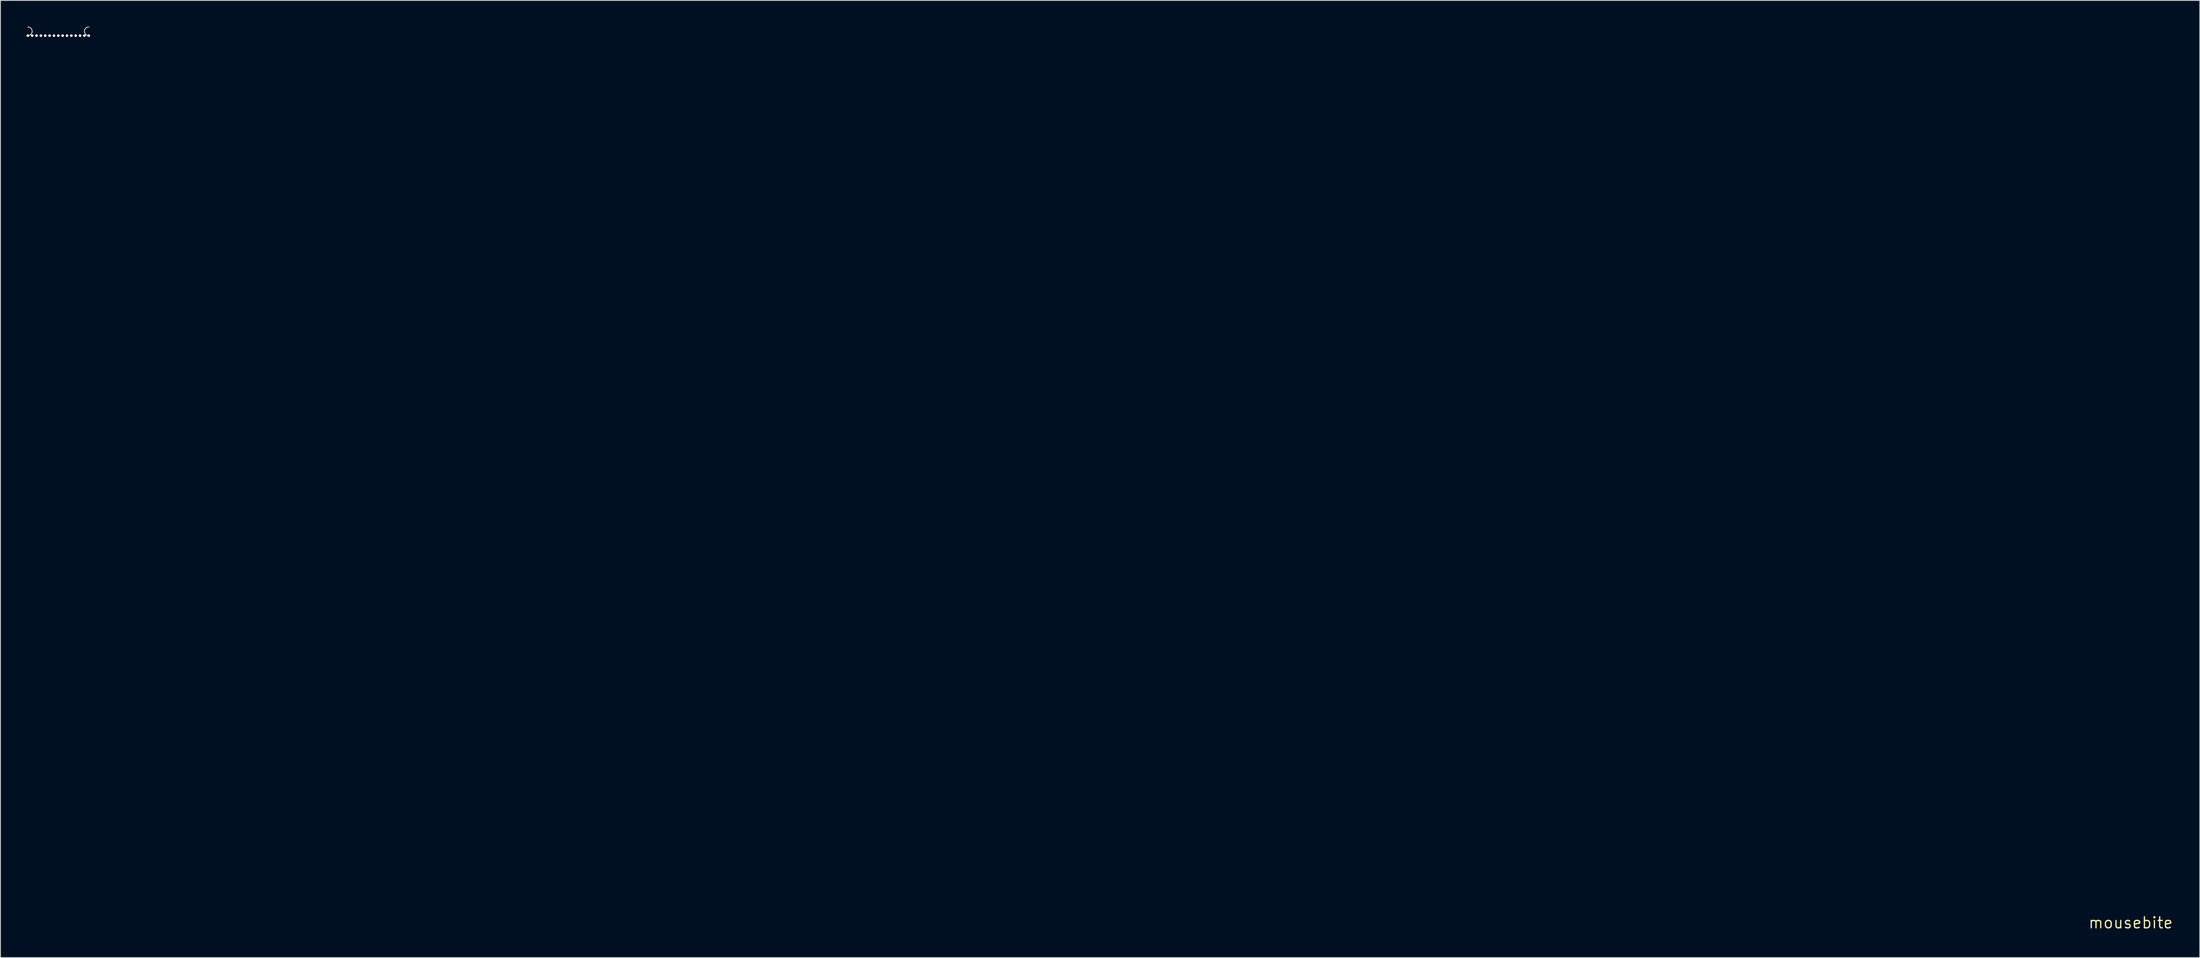
<source format=kicad_pcb>
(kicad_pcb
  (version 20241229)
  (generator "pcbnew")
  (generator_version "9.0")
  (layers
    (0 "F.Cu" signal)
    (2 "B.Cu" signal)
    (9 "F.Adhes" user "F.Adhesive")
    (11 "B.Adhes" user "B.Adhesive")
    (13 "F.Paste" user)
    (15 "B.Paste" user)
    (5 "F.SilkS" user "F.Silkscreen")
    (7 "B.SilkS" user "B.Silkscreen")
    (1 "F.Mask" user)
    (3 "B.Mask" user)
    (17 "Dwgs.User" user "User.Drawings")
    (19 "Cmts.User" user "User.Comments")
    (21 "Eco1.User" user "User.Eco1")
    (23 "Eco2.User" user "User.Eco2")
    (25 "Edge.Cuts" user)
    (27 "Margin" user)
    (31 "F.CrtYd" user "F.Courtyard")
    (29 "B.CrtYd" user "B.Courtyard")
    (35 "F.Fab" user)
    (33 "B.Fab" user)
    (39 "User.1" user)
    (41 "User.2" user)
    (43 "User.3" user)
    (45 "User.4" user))
  (footprint "mousebite"
    (layer "F.Cu")
    (at 3.65 1.05)
    (property "Reference" "mousebite" (at 238.17 102.054 0) (layer "F.SilkS") (effects (font (size 1.27 1.27) (thickness 0.15))))
    (fp_arc (start -3.5 -1) (mid -3.000001 -0.5) (end -3.5 0) (stroke (width 0.1) (type solid)) (layer "Edge.Cuts"))
    (fp_arc (start 3.5 0) (mid 2.999999 -0.5) (end 3.5 -1) (stroke (width 0.1) (type solid)) (layer "Edge.Cuts"))
    (fp_line (start -3.5 0) (end 3.5 0) (stroke (width 0.12) (type solid)) (layer "User.2"))
    (pad "" np_thru_hole circle (at -3.5 0) (size 0.3 0.3) (drill 0.3) (layers "*.Cu" "*.Mask"))
    (pad "" np_thru_hole circle (at -3 0) (size 0.3 0.3) (drill 0.3) (layers "*.Cu" "*.Mask"))
    (pad "" np_thru_hole circle (at -2.5 0) (size 0.3 0.3) (drill 0.3) (layers "*.Cu" "*.Mask"))
    (pad "" np_thru_hole circle (at -2 0) (size 0.3 0.3) (drill 0.3) (layers "*.Cu" "*.Mask"))
    (pad "" np_thru_hole circle (at -1.5 0) (size 0.3 0.3) (drill 0.3) (layers "*.Cu" "*.Mask"))
    (pad "" np_thru_hole circle (at -1 0) (size 0.3 0.3) (drill 0.3) (layers "*.Cu" "*.Mask"))
    (pad "" np_thru_hole circle (at -0.5 0) (size 0.3 0.3) (drill 0.3) (layers "*.Cu" "*.Mask"))
    (pad "" np_thru_hole circle (at 0 0) (size 0.3 0.3) (drill 0.3) (layers "*.Cu" "*.Mask"))
    (pad "" np_thru_hole circle (at 0.5 0) (size 0.3 0.3) (drill 0.3) (layers "*.Cu" "*.Mask"))
    (pad "" np_thru_hole circle (at 1 0) (size 0.3 0.3) (drill 0.3) (layers "*.Cu" "*.Mask"))
    (pad "" np_thru_hole circle (at 1.5 0) (size 0.3 0.3) (drill 0.3) (layers "*.Cu" "*.Mask"))
    (pad "" np_thru_hole circle (at 2 0) (size 0.3 0.3) (drill 0.3) (layers "*.Cu" "*.Mask"))
    (pad "" np_thru_hole circle (at 2.5 0) (size 0.3 0.3) (drill 0.3) (layers "*.Cu" "*.Mask"))
    (pad "" np_thru_hole circle (at 3 0) (size 0.3 0.3) (drill 0.3) (layers "*.Cu" "*.Mask"))
    (pad "" np_thru_hole circle (at 3.5 0) (size 0.3 0.3) (drill 0.3) (layers "*.Cu" "*.Mask")))
  (gr_rect
    (start -3 -3)
    (end 249.756 107.11)
    (stroke (width 0.1) (type default))
    (fill no)
    (layer "Edge.Cuts")))
</source>
